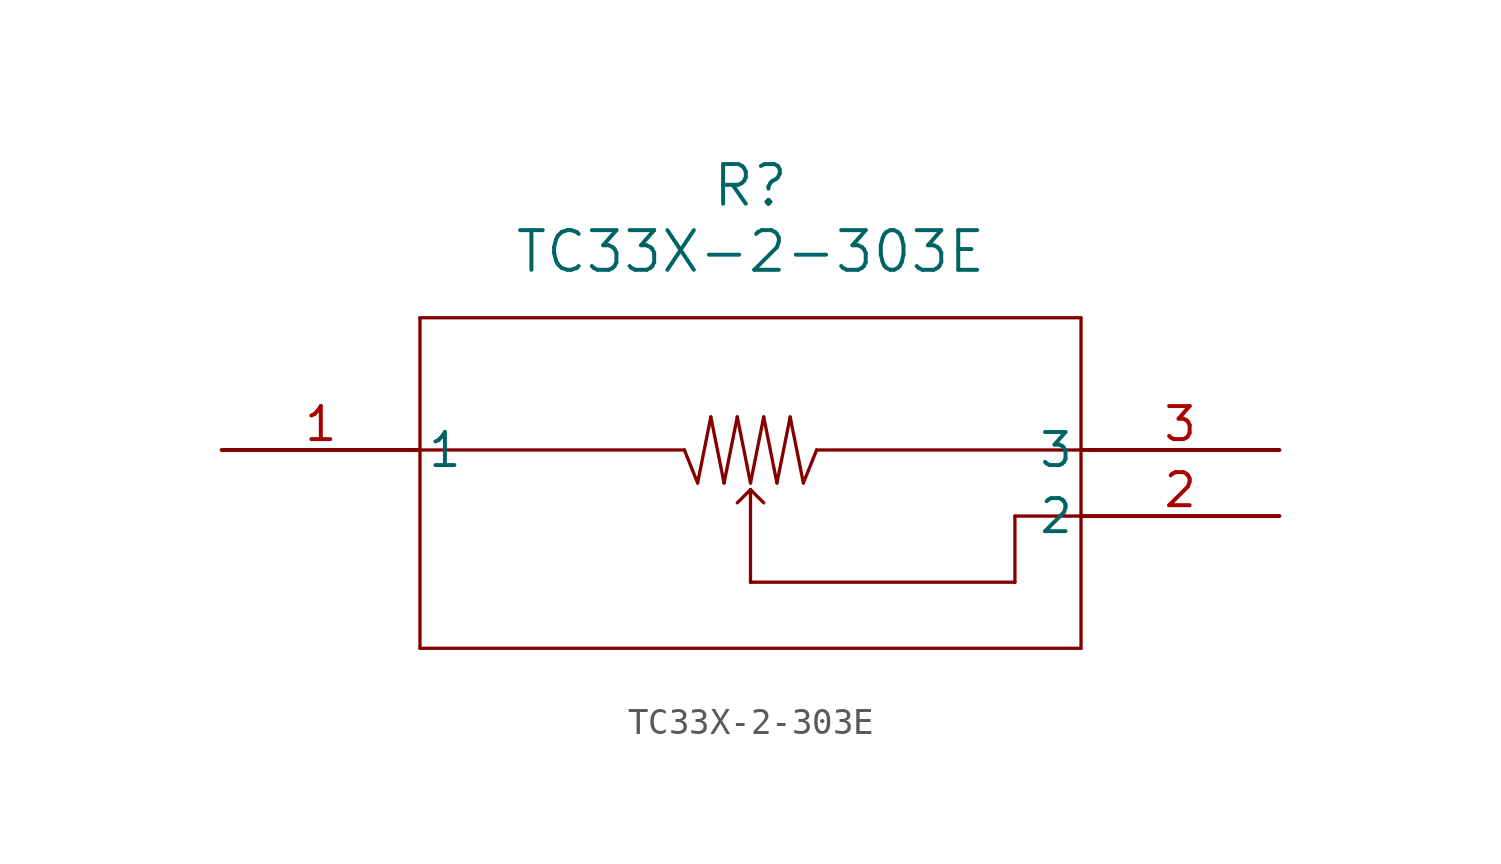
<source format=kicad_sym>
(kicad_symbol_lib
  (version 20211014)
  (generator kicad_symbol_editor)
  (symbol "TC33X-2-303E"
    (pin_names
      (offset 0.254))
    (property "Reference" "R"
      (at 20.32 10.16 0)
      (effects (font (size 1.524 1.524))))
    (property "Value" "TC33X-2-303E"
      (at 20.32 7.62 0)
      (effects (font (size 1.524 1.524))))
    (symbol "TC33X-2-303E_0_1"
      (polyline (pts (xy 7.62 5.08) (xy 7.62 -7.62)) (stroke (width 0.127) (type default) (color 0 0 0 0)) (fill (type none)))
      (polyline (pts (xy 7.62 -7.62) (xy 33.02 -7.62)) (stroke (width 0.127) (type default) (color 0 0 0 0)) (fill (type none)))
      (polyline (pts (xy 33.02 -7.62) (xy 33.02 5.08)) (stroke (width 0.127) (type default) (color 0 0 0 0)) (fill (type none)))
      (polyline (pts (xy 33.02 5.08) (xy 7.62 5.08)) (stroke (width 0.127) (type default) (color 0 0 0 0)) (fill (type none)))
      (polyline (pts (xy 7.62 0) (xy 17.78 0)) (stroke (width 0.127) (type default) (color 0 0 0 0)) (fill (type none)))
      (polyline (pts (xy 22.86 0) (xy 33.02 0)) (stroke (width 0.127) (type default) (color 0 0 0 0)) (fill (type none)))
      (polyline (pts (xy 17.78 0) (xy 18.288 -1.27)) (stroke (width 0.127) (type default) (color 0 0 0 0)) (fill (type none)))
      (polyline (pts (xy 18.288 -1.27) (xy 18.796 1.27)) (stroke (width 0.127) (type default) (color 0 0 0 0)) (fill (type none)))
      (polyline (pts (xy 18.796 1.27) (xy 19.304 -1.27)) (stroke (width 0.127) (type default) (color 0 0 0 0)) (fill (type none)))
      (polyline (pts (xy 19.304 -1.27) (xy 19.812 1.27)) (stroke (width 0.127) (type default) (color 0 0 0 0)) (fill (type none)))
      (polyline (pts (xy 19.812 1.27) (xy 20.32 -1.27)) (stroke (width 0.127) (type default) (color 0 0 0 0)) (fill (type none)))
      (polyline (pts (xy 20.32 -1.27) (xy 20.828 1.27)) (stroke (width 0.127) (type default) (color 0 0 0 0)) (fill (type none)))
      (polyline (pts (xy 20.828 1.27) (xy 21.336 -1.27)) (stroke (width 0.127) (type default) (color 0 0 0 0)) (fill (type none)))
      (polyline (pts (xy 21.336 -1.27) (xy 21.844 1.27)) (stroke (width 0.127) (type default) (color 0 0 0 0)) (fill (type none)))
      (polyline (pts (xy 21.844 1.27) (xy 22.352 -1.27)) (stroke (width 0.127) (type default) (color 0 0 0 0)) (fill (type none)))
      (polyline (pts (xy 22.352 -1.27) (xy 22.86 0)) (stroke (width 0.127) (type default) (color 0 0 0 0)) (fill (type none)))
      (polyline (pts (xy 33.02 -2.54) (xy 30.48 -2.54)) (stroke (width 0.127) (type default) (color 0 0 0 0)) (fill (type none)))
      (polyline (pts (xy 30.48 -2.54) (xy 30.48 -5.08)) (stroke (width 0.127) (type default) (color 0 0 0 0)) (fill (type none)))
      (polyline (pts (xy 30.48 -5.08) (xy 20.32 -5.08)) (stroke (width 0.127) (type default) (color 0 0 0 0)) (fill (type none)))
      (polyline (pts (xy 20.32 -5.08) (xy 20.32 -1.524)) (stroke (width 0.127) (type default) (color 0 0 0 0)) (fill (type none)))
      (polyline (pts (xy 20.32 -1.524) (xy 19.812 -2.032)) (stroke (width 0.127) (type default) (color 0 0 0 0)) (fill (type none)))
      (polyline (pts (xy 20.32 -1.524) (xy 20.828 -2.032)) (stroke (width 0.127) (type default) (color 0 0 0 0)) (fill (type none)))
      (pin unspecified line (at 0 0 0) (length 7.62) (name "1" (effects (font (size 1.27 1.27)))) (number "1" (effects (font (size 1.27 1.27)))))
      (pin unspecified line (at 40.64 -2.54 180) (length 7.62) (name "2" (effects (font (size 1.27 1.27)))) (number "2" (effects (font (size 1.27 1.27)))))
      (pin unspecified line (at 40.64 0 180) (length 7.62) (name "3" (effects (font (size 1.27 1.27)))) (number "3" (effects (font (size 1.27 1.27))))))))
</source>
